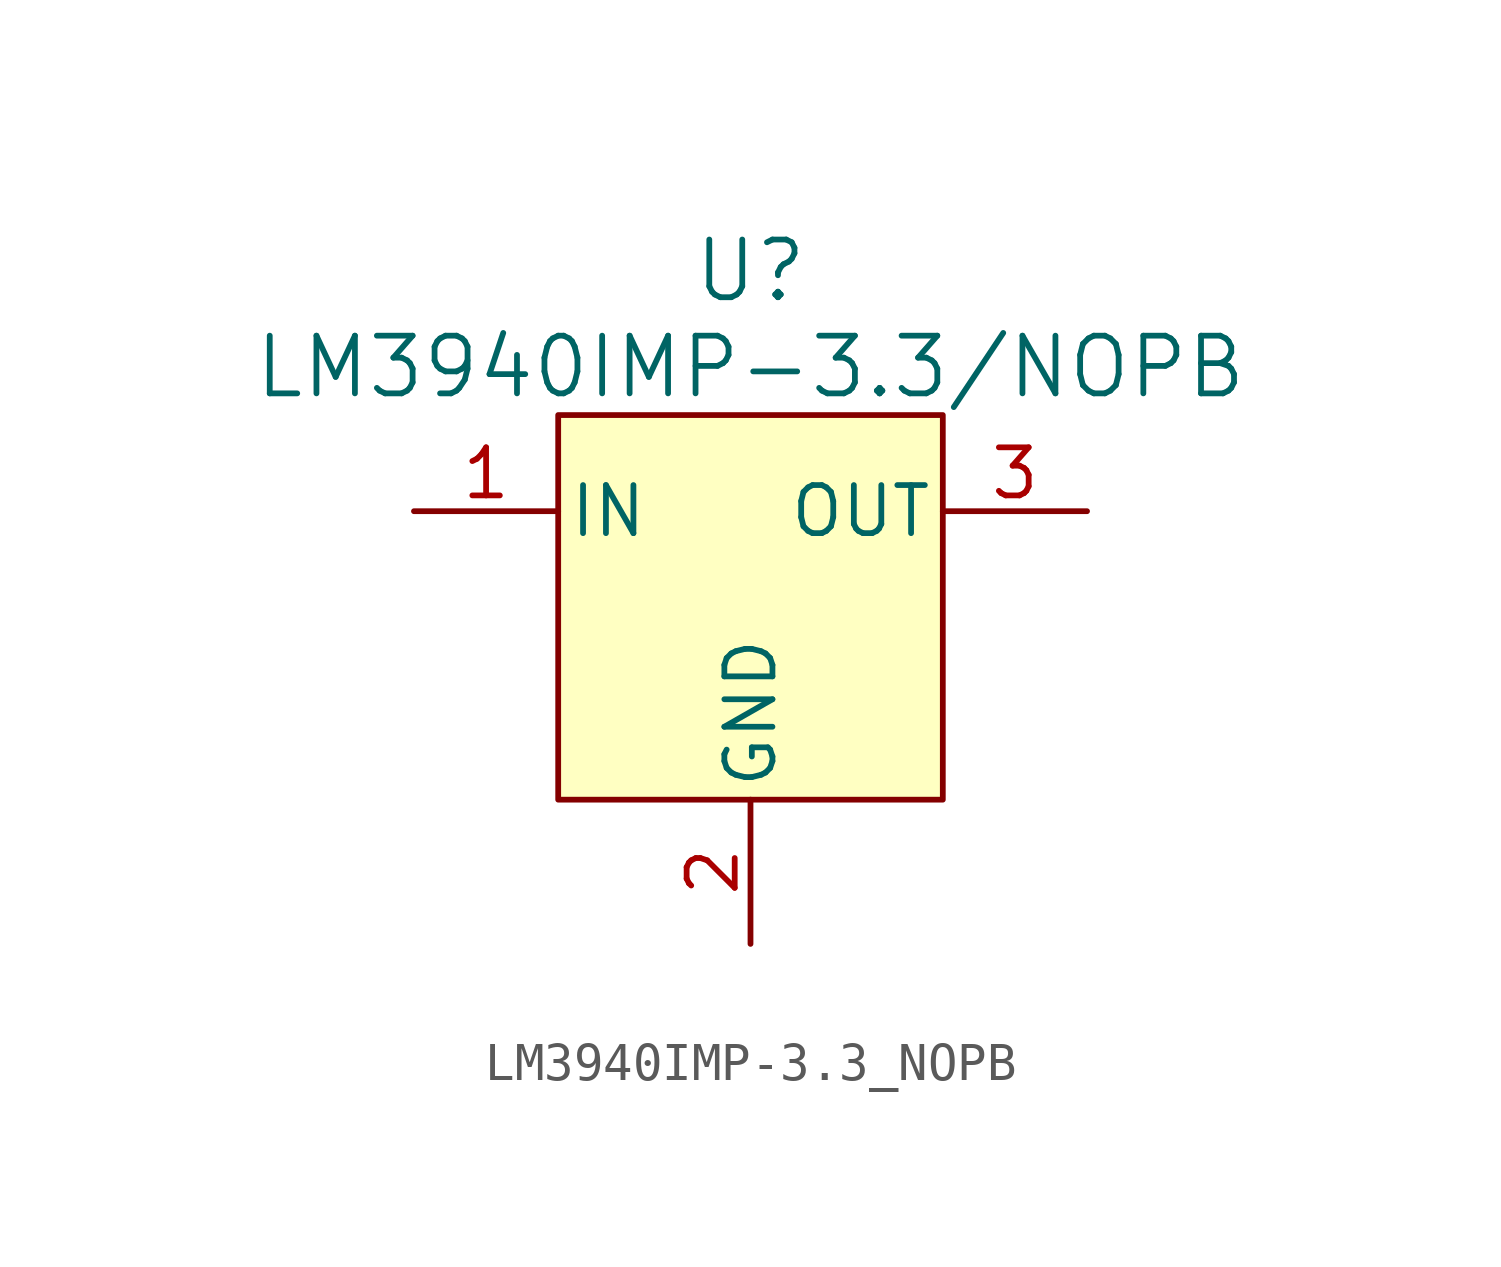
<source format=kicad_sym>
(kicad_symbol_lib
  (version 20231120)
  (generator "kicad_symbol_editor")
  (generator_version "8.0")
  (symbol "LM3940IMP-3.3_NOPB"
    (pin_names
      (offset 0.254))
    (property "Reference" "U"
      (at 0 6.35 0)
      (effects (font (size 1.524 1.524))))
    (property "Value" "LM3940IMP-3.3/NOPB"
      (at 0 3.81 0)
      (effects (font (size 1.524 1.524))))
    (symbol "LM3940IMP-3.3_NOPB_1_1"
      (rectangle (start -5.08 2.54) (end 5.08 -7.62) (stroke (width 0) (type default)) (fill (type background)))
      (pin power_in line (at -8.89 0 0) (length 3.81) (name "IN" (effects (font (size 1.27 1.27)))) (number "1" (effects (font (size 1.27 1.27)))))
      (pin power_in line (at 0 -11.43 90) (length 3.81) (name "GND" (effects (font (size 1.27 1.27)))) (number "2" (effects (font (size 1.27 1.27)))))
      (pin power_out line (at 8.89 0 180) (length 3.81) (name "OUT" (effects (font (size 1.27 1.27)))) (number "3" (effects (font (size 1.27 1.27)))))
      (pin power_in line (at 0 -11.43 90) (length 3.81) hide (name "GND" (effects (font (size 1.27 1.27)))) (number "4" (effects (font (size 1.27 1.27))))))))
</source>
